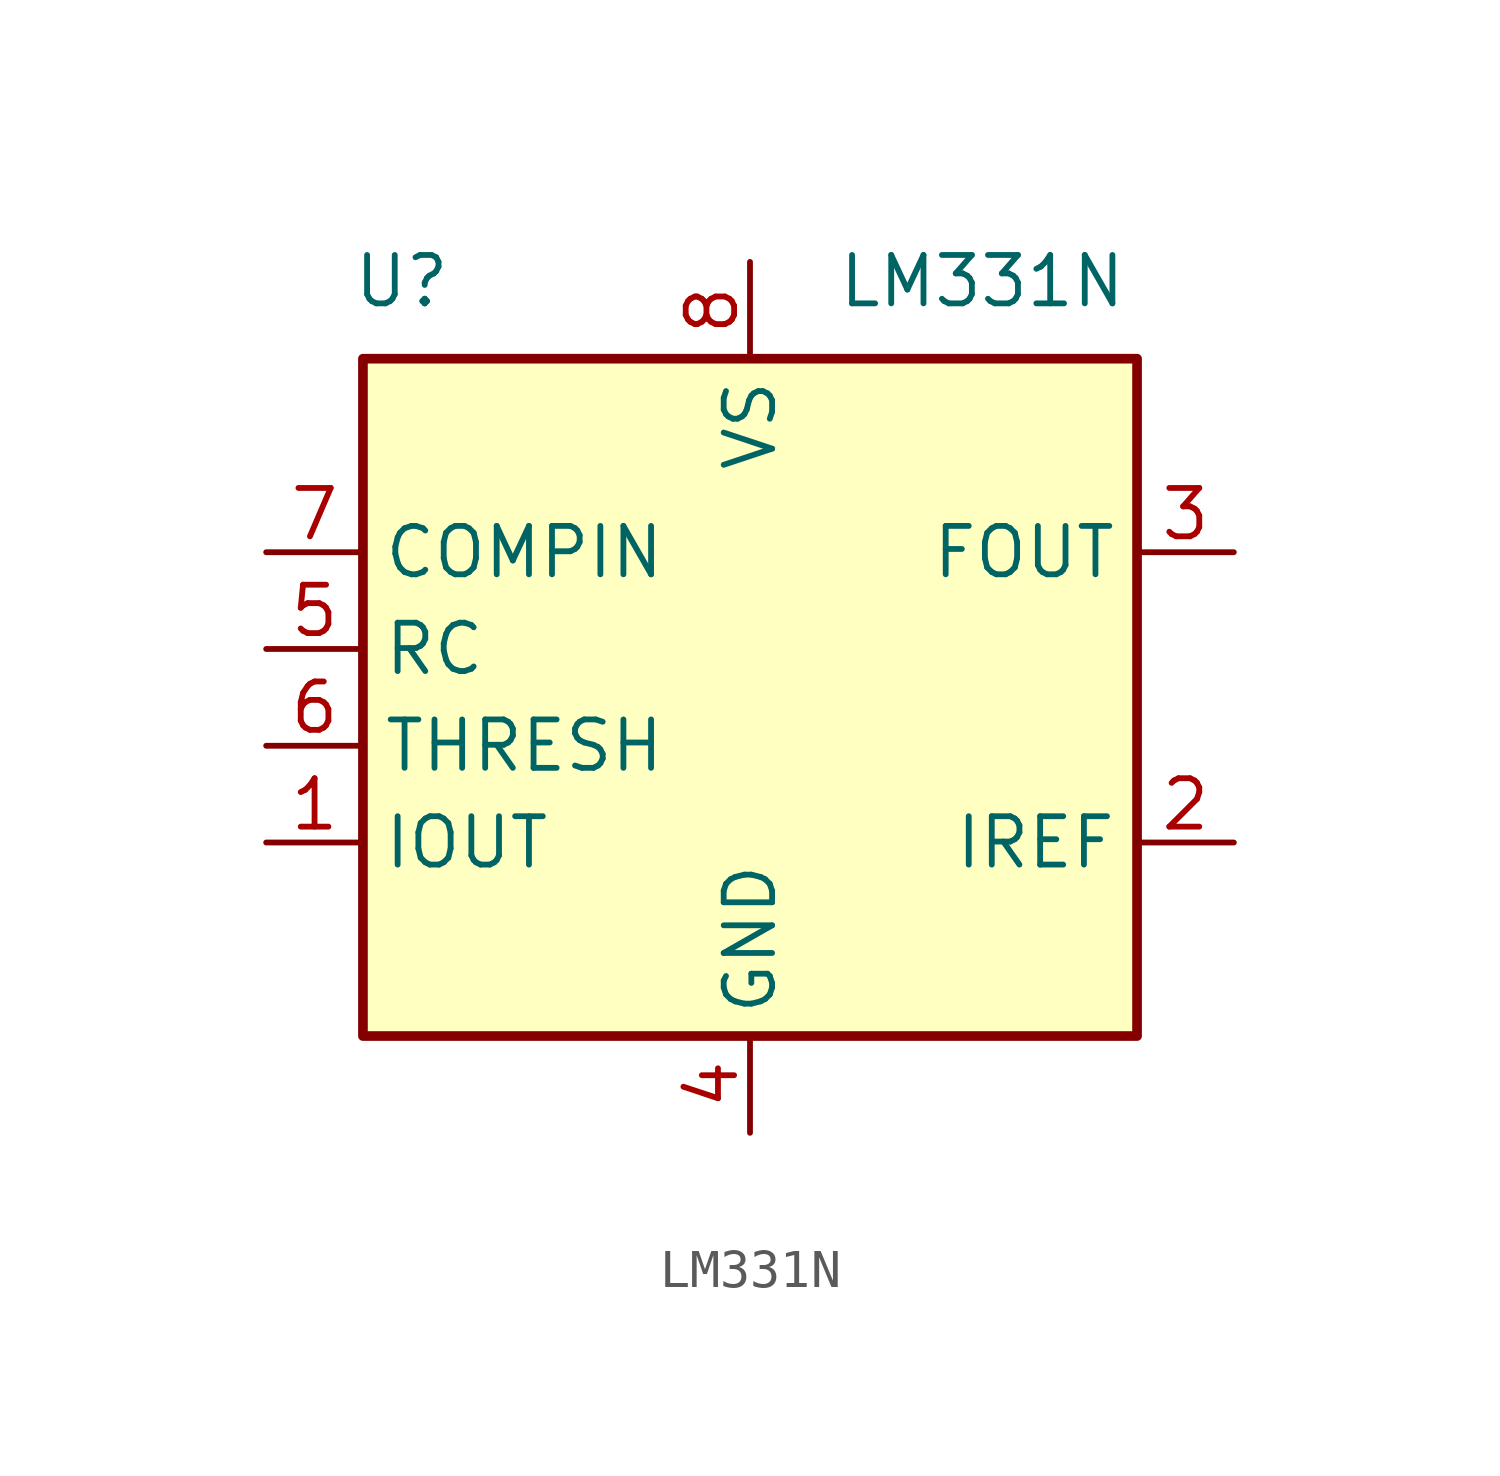
<source format=kicad_sym>
(kicad_symbol_lib
  (version 20231120)
  (generator "kicad_symbol_editor")
  (generator_version "8.0")
  (symbol "LM331N"
    (property "Reference" "U"
      (at -9.144 12.192 0)
      (effects (font (size 1.27 1.27))))
    (property "Value" "LM331N"
      (at 6.096 12.192 0)
      (effects (font (size 1.27 1.27))))
    (symbol "LM331N_1_1"
      (rectangle (start -10.16 10.16) (end 10.16 -7.62) (stroke (width 0.254) (type default)) (fill (type background)))
      (pin output line (at -12.7 -2.54 0) (length 2.54) (name "IOUT" (effects (font (size 1.27 1.27)))) (number "1" (effects (font (size 1.27 1.27)))))
      (pin output line (at 12.7 -2.54 180) (length 2.54) (name "IREF" (effects (font (size 1.27 1.27)))) (number "2" (effects (font (size 1.27 1.27)))))
      (pin open_collector line (at 12.7 5.08 180) (length 2.54) (name "FOUT" (effects (font (size 1.27 1.27)))) (number "3" (effects (font (size 1.27 1.27)))))
      (pin power_in line (at 0 -10.16 90) (length 2.54) (name "GND" (effects (font (size 1.27 1.27)))) (number "4" (effects (font (size 1.27 1.27)))))
      (pin input line (at -12.7 2.54 0) (length 2.54) (name "RC" (effects (font (size 1.27 1.27)))) (number "5" (effects (font (size 1.27 1.27)))))
      (pin input line (at -12.7 0 0) (length 2.54) (name "THRESH" (effects (font (size 1.27 1.27)))) (number "6" (effects (font (size 1.27 1.27)))))
      (pin input line (at -12.7 5.08 0) (length 2.54) (name "COMPIN" (effects (font (size 1.27 1.27)))) (number "7" (effects (font (size 1.27 1.27)))))
      (pin power_in line (at 0 12.7 270) (length 2.54) (name "VS" (effects (font (size 1.27 1.27)))) (number "8" (effects (font (size 1.27 1.27))))))))
</source>
